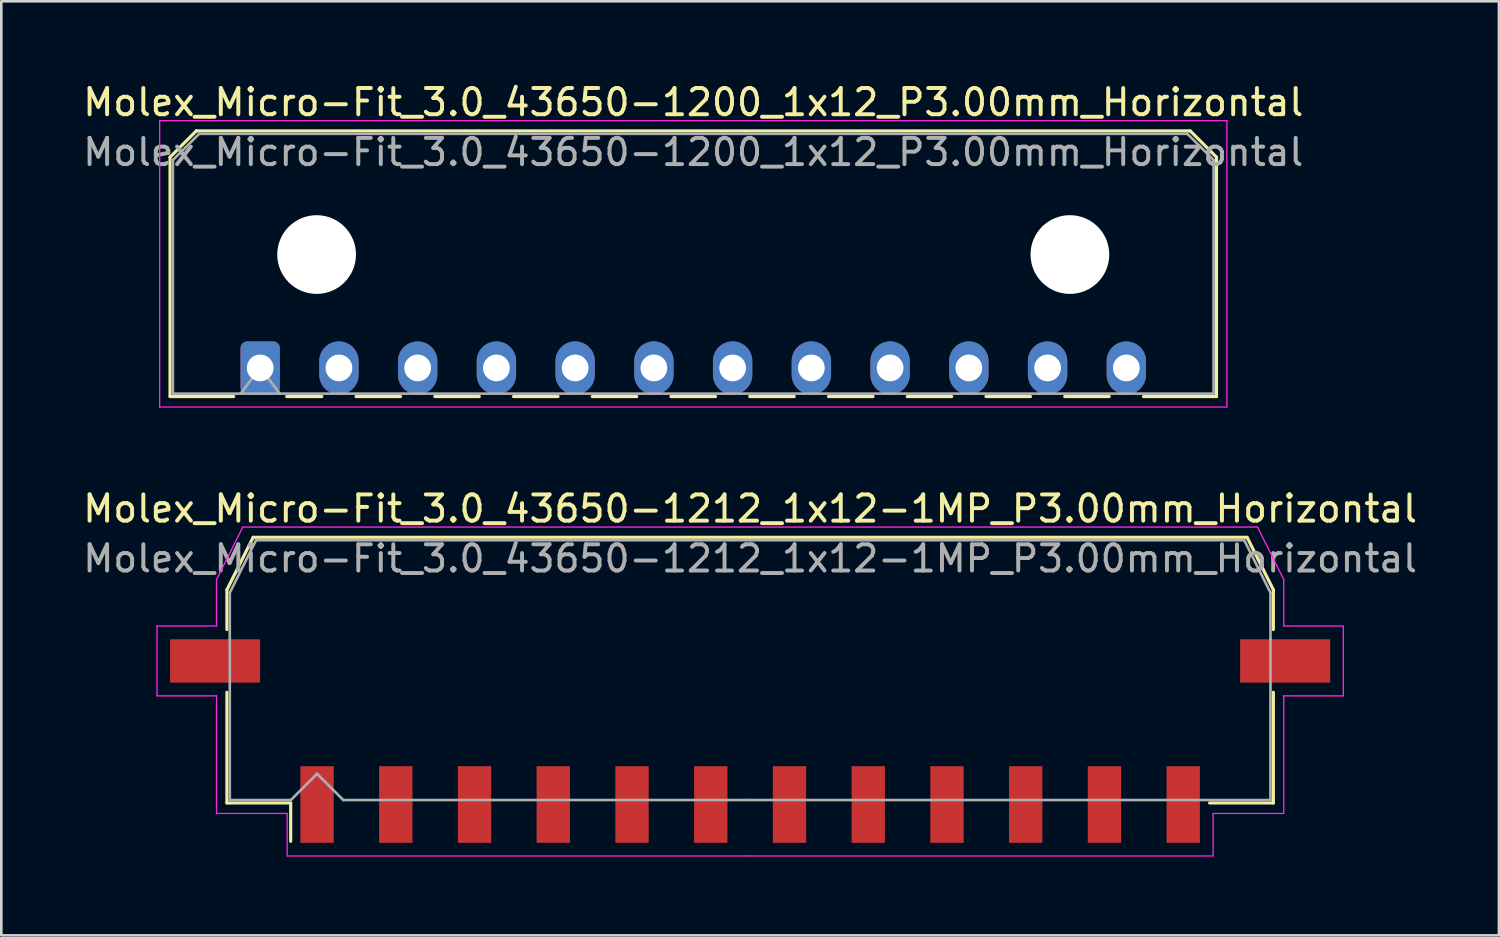
<source format=kicad_pcb>
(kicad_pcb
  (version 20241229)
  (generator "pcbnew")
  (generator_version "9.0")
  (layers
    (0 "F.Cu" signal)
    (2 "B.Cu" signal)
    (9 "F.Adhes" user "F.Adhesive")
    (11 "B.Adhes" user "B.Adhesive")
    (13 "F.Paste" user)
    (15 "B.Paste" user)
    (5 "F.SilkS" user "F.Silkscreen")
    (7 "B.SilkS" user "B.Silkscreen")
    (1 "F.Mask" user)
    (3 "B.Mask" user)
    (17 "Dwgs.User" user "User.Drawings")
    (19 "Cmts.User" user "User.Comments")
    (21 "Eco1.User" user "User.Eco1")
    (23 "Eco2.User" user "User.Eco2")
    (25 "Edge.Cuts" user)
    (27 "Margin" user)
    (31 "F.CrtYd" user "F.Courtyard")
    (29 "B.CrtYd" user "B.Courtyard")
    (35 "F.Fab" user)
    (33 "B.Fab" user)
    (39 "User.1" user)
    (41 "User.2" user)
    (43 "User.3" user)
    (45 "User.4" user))
  (footprint "Molex_Micro-Fit_3.0_43650-1212_1x12-1MP_P3.00mm_Horizontal"
    (layer "F.Cu")
    (at 25.53 22.482)
    (property "Reference" "Molex_Micro-Fit_3.0_43650-1212_1x12-1MP_P3.00mm_Horizontal" (at 0 -6.15 0) (layer "F.SilkS") (effects (font (size 1 1) (thickness 0.15))))
    (attr smd)
    (fp_line (start -19.935 -3.06) (end -19.935 -1.545) (stroke (width 0.12) (type solid)) (layer "F.SilkS"))
    (fp_line (start -19.935 0.845) (end -19.935 5.06) (stroke (width 0.12) (type solid)) (layer "F.SilkS"))
    (fp_line (start -19.935 5.06) (end -17.505 5.06) (stroke (width 0.12) (type solid)) (layer "F.SilkS"))
    (fp_line (start -18.935 -5.06) (end -19.935 -3.06) (stroke (width 0.12) (type solid)) (layer "F.SilkS"))
    (fp_line (start -17.505 5.06) (end -17.505 6.52) (stroke (width 0.12) (type solid)) (layer "F.SilkS"))
    (fp_line (start 0 -5.06) (end -18.935 -5.06) (stroke (width 0.12) (type solid)) (layer "F.SilkS"))
    (fp_line (start 0 -5.06) (end 18.935 -5.06) (stroke (width 0.12) (type solid)) (layer "F.SilkS"))
    (fp_line (start 18.935 -5.06) (end 19.935 -3.06) (stroke (width 0.12) (type solid)) (layer "F.SilkS"))
    (fp_line (start 19.935 -3.06) (end 19.935 -1.545) (stroke (width 0.12) (type solid)) (layer "F.SilkS"))
    (fp_line (start 19.935 0.845) (end 19.935 5.06) (stroke (width 0.12) (type solid)) (layer "F.SilkS"))
    (fp_line (start 19.935 5.06) (end 17.505 5.06) (stroke (width 0.12) (type solid)) (layer "F.SilkS"))
    (fp_line (start -22.6 -1.68) (end -22.6 0.98) (stroke (width 0.05) (type solid)) (layer "F.CrtYd"))
    (fp_line (start -22.6 0.98) (end -20.33 0.98) (stroke (width 0.05) (type solid)) (layer "F.CrtYd"))
    (fp_line (start -20.33 -3.45) (end -20.33 -1.68) (stroke (width 0.05) (type solid)) (layer "F.CrtYd"))
    (fp_line (start -20.33 -1.68) (end -22.6 -1.68) (stroke (width 0.05) (type solid)) (layer "F.CrtYd"))
    (fp_line (start -20.33 0.98) (end -20.33 5.46) (stroke (width 0.05) (type solid)) (layer "F.CrtYd"))
    (fp_line (start -20.33 5.46) (end -17.64 5.46) (stroke (width 0.05) (type solid)) (layer "F.CrtYd"))
    (fp_line (start -19.33 -5.45) (end -20.33 -3.45) (stroke (width 0.05) (type solid)) (layer "F.CrtYd"))
    (fp_line (start -17.64 5.46) (end -17.64 7.08) (stroke (width 0.05) (type solid)) (layer "F.CrtYd"))
    (fp_line (start -17.64 7.08) (end 0 7.08) (stroke (width 0.05) (type solid)) (layer "F.CrtYd"))
    (fp_line (start 0 -5.45) (end -19.33 -5.45) (stroke (width 0.05) (type solid)) (layer "F.CrtYd"))
    (fp_line (start 0 -5.45) (end 19.33 -5.45) (stroke (width 0.05) (type solid)) (layer "F.CrtYd"))
    (fp_line (start 17.64 5.46) (end 17.64 7.08) (stroke (width 0.05) (type solid)) (layer "F.CrtYd"))
    (fp_line (start 17.64 7.08) (end 0 7.08) (stroke (width 0.05) (type solid)) (layer "F.CrtYd"))
    (fp_line (start 19.33 -5.45) (end 20.33 -3.45) (stroke (width 0.05) (type solid)) (layer "F.CrtYd"))
    (fp_line (start 20.33 -3.45) (end 20.33 -1.68) (stroke (width 0.05) (type solid)) (layer "F.CrtYd"))
    (fp_line (start 20.33 -1.68) (end 22.6 -1.68) (stroke (width 0.05) (type solid)) (layer "F.CrtYd"))
    (fp_line (start 20.33 0.98) (end 20.33 5.46) (stroke (width 0.05) (type solid)) (layer "F.CrtYd"))
    (fp_line (start 20.33 5.46) (end 17.64 5.46) (stroke (width 0.05) (type solid)) (layer "F.CrtYd"))
    (fp_line (start 22.6 -1.68) (end 22.6 0.98) (stroke (width 0.05) (type solid)) (layer "F.CrtYd"))
    (fp_line (start 22.6 0.98) (end 20.33 0.98) (stroke (width 0.05) (type solid)) (layer "F.CrtYd"))
    (fp_line (start -19.825 -2.95) (end -19.825 -1.175) (stroke (width 0.1) (type solid)) (layer "F.Fab"))
    (fp_line (start -19.825 -1.175) (end -19.825 4.95) (stroke (width 0.1) (type solid)) (layer "F.Fab"))
    (fp_line (start -19.825 4.95) (end -17.5 4.95) (stroke (width 0.1) (type solid)) (layer "F.Fab"))
    (fp_line (start -18.825 -4.95) (end -19.825 -2.95) (stroke (width 0.1) (type solid)) (layer "F.Fab"))
    (fp_line (start -17.5 4.95) (end -16.5 3.95) (stroke (width 0.1) (type solid)) (layer "F.Fab"))
    (fp_line (start -16.5 3.95) (end -15.5 4.95) (stroke (width 0.1) (type solid)) (layer "F.Fab"))
    (fp_line (start -15.5 4.95) (end 0 4.95) (stroke (width 0.1) (type solid)) (layer "F.Fab"))
    (fp_line (start 0 -4.95) (end -18.825 -4.95) (stroke (width 0.1) (type solid)) (layer "F.Fab"))
    (fp_line (start 0 -4.95) (end 18.825 -4.95) (stroke (width 0.1) (type solid)) (layer "F.Fab"))
    (fp_line (start 17.135 4.95) (end 0 4.95) (stroke (width 0.1) (type solid)) (layer "F.Fab"))
    (fp_line (start 18.825 -4.95) (end 19.825 -2.95) (stroke (width 0.1) (type solid)) (layer "F.Fab"))
    (fp_line (start 19.825 -2.95) (end 19.825 -1.175) (stroke (width 0.1) (type solid)) (layer "F.Fab"))
    (fp_line (start 19.825 -1.175) (end 19.825 4.95) (stroke (width 0.1) (type solid)) (layer "F.Fab"))
    (fp_line (start 19.825 4.95) (end 17.135 4.95) (stroke (width 0.1) (type solid)) (layer "F.Fab"))
    (fp_text user "${REFERENCE}" (at 0 -4.25 0) (layer "F.Fab") (effects (font (size 1 1) (thickness 0.15))))
    (pad "1" smd rect (at -16.5 5.12) (size 1.27 2.92) (layers "F.Cu" "F.Mask" "F.Paste"))
    (pad "2" smd rect (at -13.5 5.12) (size 1.27 2.92) (layers "F.Cu" "F.Mask" "F.Paste"))
    (pad "3" smd rect (at -10.5 5.12) (size 1.27 2.92) (layers "F.Cu" "F.Mask" "F.Paste"))
    (pad "4" smd rect (at -7.5 5.12) (size 1.27 2.92) (layers "F.Cu" "F.Mask" "F.Paste"))
    (pad "5" smd rect (at -4.5 5.12) (size 1.27 2.92) (layers "F.Cu" "F.Mask" "F.Paste"))
    (pad "6" smd rect (at -1.5 5.12) (size 1.27 2.92) (layers "F.Cu" "F.Mask" "F.Paste"))
    (pad "7" smd rect (at 1.5 5.12) (size 1.27 2.92) (layers "F.Cu" "F.Mask" "F.Paste"))
    (pad "8" smd rect (at 4.5 5.12) (size 1.27 2.92) (layers "F.Cu" "F.Mask" "F.Paste"))
    (pad "9" smd rect (at 7.5 5.12) (size 1.27 2.92) (layers "F.Cu" "F.Mask" "F.Paste"))
    (pad "10" smd rect (at 10.5 5.12) (size 1.27 2.92) (layers "F.Cu" "F.Mask" "F.Paste"))
    (pad "11" smd rect (at 13.5 5.12) (size 1.27 2.92) (layers "F.Cu" "F.Mask" "F.Paste"))
    (pad "12" smd rect (at 16.5 5.12) (size 1.27 2.92) (layers "F.Cu" "F.Mask" "F.Paste"))
    (pad "MP" smd rect (at -20.385 -0.35) (size 3.43 1.65) (layers "F.Cu" "F.Mask" "F.Paste"))
    (pad "MP" smd rect (at 20.385 -0.35) (size 3.43 1.65) (layers "F.Cu" "F.Mask" "F.Paste")))
  (footprint "Molex_Micro-Fit_3.0_43650-1200_1x12_P3.00mm_Horizontal"
    (layer "F.Cu")
    (at 6.863 10.968)
    (property "Reference" "Molex_Micro-Fit_3.0_43650-1200_1x12_P3.00mm_Horizontal" (at 16.5 -10.12 0) (layer "F.SilkS") (effects (font (size 1 1) (thickness 0.15))))
    (attr through_hole)
    (fp_line (start -3.435 -8.03) (end -2.435 -9.03) (stroke (width 0.12) (type solid)) (layer "F.SilkS"))
    (fp_line (start -3.435 1.09) (end -3.435 -8.03) (stroke (width 0.12) (type solid)) (layer "F.SilkS"))
    (fp_line (start -3.435 1.09) (end -1.01 1.09) (stroke (width 0.12) (type solid)) (layer "F.SilkS"))
    (fp_line (start -2.435 -9.03) (end 35.435 -9.03) (stroke (width 0.12) (type solid)) (layer "F.SilkS"))
    (fp_line (start 1.01 1.09) (end 2.348 1.09) (stroke (width 0.12) (type solid)) (layer "F.SilkS"))
    (fp_line (start 3.652 1.09) (end 5.348 1.09) (stroke (width 0.12) (type solid)) (layer "F.SilkS"))
    (fp_line (start 6.652 1.09) (end 8.348 1.09) (stroke (width 0.12) (type solid)) (layer "F.SilkS"))
    (fp_line (start 9.652 1.09) (end 11.348 1.09) (stroke (width 0.12) (type solid)) (layer "F.SilkS"))
    (fp_line (start 12.652 1.09) (end 14.348 1.09) (stroke (width 0.12) (type solid)) (layer "F.SilkS"))
    (fp_line (start 15.652 1.09) (end 17.348 1.09) (stroke (width 0.12) (type solid)) (layer "F.SilkS"))
    (fp_line (start 18.652 1.09) (end 20.348 1.09) (stroke (width 0.12) (type solid)) (layer "F.SilkS"))
    (fp_line (start 21.652 1.09) (end 23.348 1.09) (stroke (width 0.12) (type solid)) (layer "F.SilkS"))
    (fp_line (start 24.652 1.09) (end 26.348 1.09) (stroke (width 0.12) (type solid)) (layer "F.SilkS"))
    (fp_line (start 27.652 1.09) (end 29.348 1.09) (stroke (width 0.12) (type solid)) (layer "F.SilkS"))
    (fp_line (start 30.652 1.09) (end 32.348 1.09) (stroke (width 0.12) (type solid)) (layer "F.SilkS"))
    (fp_line (start 35.435 -9.03) (end 36.435 -8.03) (stroke (width 0.12) (type solid)) (layer "F.SilkS"))
    (fp_line (start 36.435 -8.03) (end 36.435 1.09) (stroke (width 0.12) (type solid)) (layer "F.SilkS"))
    (fp_line (start 36.435 1.09) (end 33.652 1.09) (stroke (width 0.12) (type solid)) (layer "F.SilkS"))
    (fp_line (start -3.83 -9.42) (end 36.83 -9.42) (stroke (width 0.05) (type solid)) (layer "F.CrtYd"))
    (fp_line (start -3.83 1.49) (end -3.83 -9.42) (stroke (width 0.05) (type solid)) (layer "F.CrtYd"))
    (fp_line (start 36.83 -9.42) (end 36.83 1.49) (stroke (width 0.05) (type solid)) (layer "F.CrtYd"))
    (fp_line (start 36.83 1.49) (end -3.83 1.49) (stroke (width 0.05) (type solid)) (layer "F.CrtYd"))
    (fp_line (start -3.325 -7.92) (end -2.325 -8.92) (stroke (width 0.1) (type solid)) (layer "F.Fab"))
    (fp_line (start -3.325 0.98) (end -3.325 -7.92) (stroke (width 0.1) (type solid)) (layer "F.Fab"))
    (fp_line (start -2.325 -8.92) (end 35.325 -8.92) (stroke (width 0.1) (type solid)) (layer "F.Fab"))
    (fp_line (start -0.75 0.98) (end 0 0) (stroke (width 0.1) (type solid)) (layer "F.Fab"))
    (fp_line (start 0 0) (end 0.75 0.98) (stroke (width 0.1) (type solid)) (layer "F.Fab"))
    (fp_line (start 35.325 -8.92) (end 36.325 -7.92) (stroke (width 0.1) (type solid)) (layer "F.Fab"))
    (fp_line (start 36.325 -7.92) (end 36.325 0.98) (stroke (width 0.1) (type solid)) (layer "F.Fab"))
    (fp_line (start 36.325 0.98) (end -3.325 0.98) (stroke (width 0.1) (type solid)) (layer "F.Fab"))
    (fp_text user "${REFERENCE}" (at 16.5 -8.22 0) (layer "F.Fab") (effects (font (size 1 1) (thickness 0.15))))
    (pad "" np_thru_hole circle (at 2.15 -4.32) (size 3 3) (drill 3) (layers "*.Cu" "*.Mask"))
    (pad "" np_thru_hole circle (at 30.85 -4.32) (size 3 3) (drill 3) (layers "*.Cu" "*.Mask"))
    (pad "1" thru_hole roundrect (at 0 0) (size 1.5 2.02) (drill 1.02) (layers "*.Cu" "*.Mask") (roundrect_rratio 0.167))
    (pad "2" thru_hole oval (at 3 0) (size 1.5 2.02) (drill 1.02) (layers "*.Cu" "*.Mask"))
    (pad "3" thru_hole oval (at 6 0) (size 1.5 2.02) (drill 1.02) (layers "*.Cu" "*.Mask"))
    (pad "4" thru_hole oval (at 9 0) (size 1.5 2.02) (drill 1.02) (layers "*.Cu" "*.Mask"))
    (pad "5" thru_hole oval (at 12 0) (size 1.5 2.02) (drill 1.02) (layers "*.Cu" "*.Mask"))
    (pad "6" thru_hole oval (at 15 0) (size 1.5 2.02) (drill 1.02) (layers "*.Cu" "*.Mask"))
    (pad "7" thru_hole oval (at 18 0) (size 1.5 2.02) (drill 1.02) (layers "*.Cu" "*.Mask"))
    (pad "8" thru_hole oval (at 21 0) (size 1.5 2.02) (drill 1.02) (layers "*.Cu" "*.Mask"))
    (pad "9" thru_hole oval (at 24 0) (size 1.5 2.02) (drill 1.02) (layers "*.Cu" "*.Mask"))
    (pad "10" thru_hole oval (at 27 0) (size 1.5 2.02) (drill 1.02) (layers "*.Cu" "*.Mask"))
    (pad "11" thru_hole oval (at 30 0) (size 1.5 2.02) (drill 1.02) (layers "*.Cu" "*.Mask"))
    (pad "12" thru_hole oval (at 33 0) (size 1.5 2.02) (drill 1.02) (layers "*.Cu" "*.Mask")))
  (gr_rect
    (start -3 -3)
    (end 54.06 32.587)
    (stroke (width 0.1) (type default))
    (fill no)
    (layer "Edge.Cuts")))
</source>
